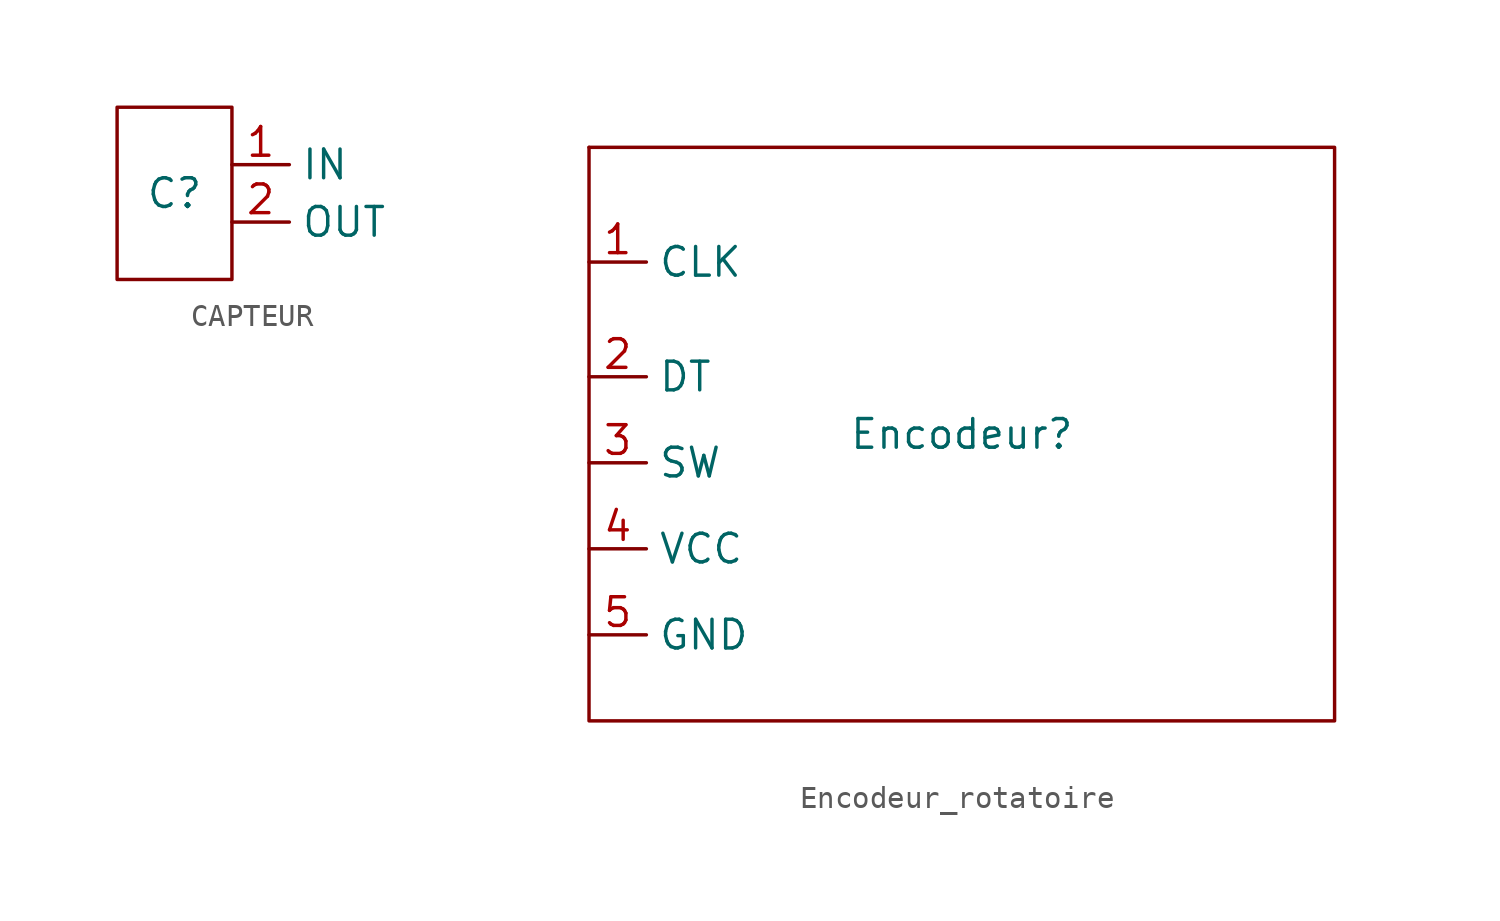
<source format=kicad_sym>
(kicad_symbol_lib
  (version 20241209)
  (generator "kicad_symbol_editor")
  (generator_version "9.0")
  (symbol "CAPTEUR"
    (property "Reference" "C"
      (at 0 0 0)
      (effects (font (size 1.27 1.27))))
    (property "Value" ""
      (at 0 0 0)
      (effects (font (size 1.27 1.27))))
    (symbol "CAPTEUR_0_1"
      (rectangle (start -2.54 3.81) (end 2.54 -3.81) (stroke (width 0) (type default)) (fill (type none))))
    (symbol "CAPTEUR_1_1"
      (pin input line (at 2.54 1.27 0) (length 2.54) (name "IN" (effects (font (size 1.27 1.27)))) (number "1" (effects (font (size 1.27 1.27)))))
      (pin input line (at 2.54 -1.27 0) (length 2.54) (name "OUT" (effects (font (size 1.27 1.27)))) (number "2" (effects (font (size 1.27 1.27)))))))
  (symbol "Encodeur_rotatoire"
    (property "Reference" "Encodeur"
      (at 0 0 0)
      (effects (font (size 1.27 1.27))))
    (property "Value" ""
      (at 0 0 0)
      (effects (font (size 1.27 1.27))))
    (symbol "Encodeur_rotatoire_0_1"
      (rectangle (start -16.51 12.7) (end -16.51 12.7) (stroke (width 0) (type default)) (fill (type none)))
      (rectangle (start -16.51 12.7) (end 16.51 -12.7) (stroke (width 0) (type default)) (fill (type none))))
    (symbol "Encodeur_rotatoire_1_1"
      (pin input line (at -16.51 7.62 0) (length 2.54) (name "CLK" (effects (font (size 1.27 1.27)))) (number "1" (effects (font (size 1.27 1.27)))))
      (pin input line (at -16.51 2.54 0) (length 2.54) (name "DT" (effects (font (size 1.27 1.27)))) (number "2" (effects (font (size 1.27 1.27)))))
      (pin input line (at -16.51 -1.27 0) (length 2.54) (name "SW" (effects (font (size 1.27 1.27)))) (number "3" (effects (font (size 1.27 1.27)))))
      (pin input line (at -16.51 -5.08 0) (length 2.54) (name "VCC" (effects (font (size 1.27 1.27)))) (number "4" (effects (font (size 1.27 1.27)))))
      (pin input line (at -16.51 -8.89 0) (length 2.54) (name "GND" (effects (font (size 1.27 1.27)))) (number "5" (effects (font (size 1.27 1.27))))))))
</source>
